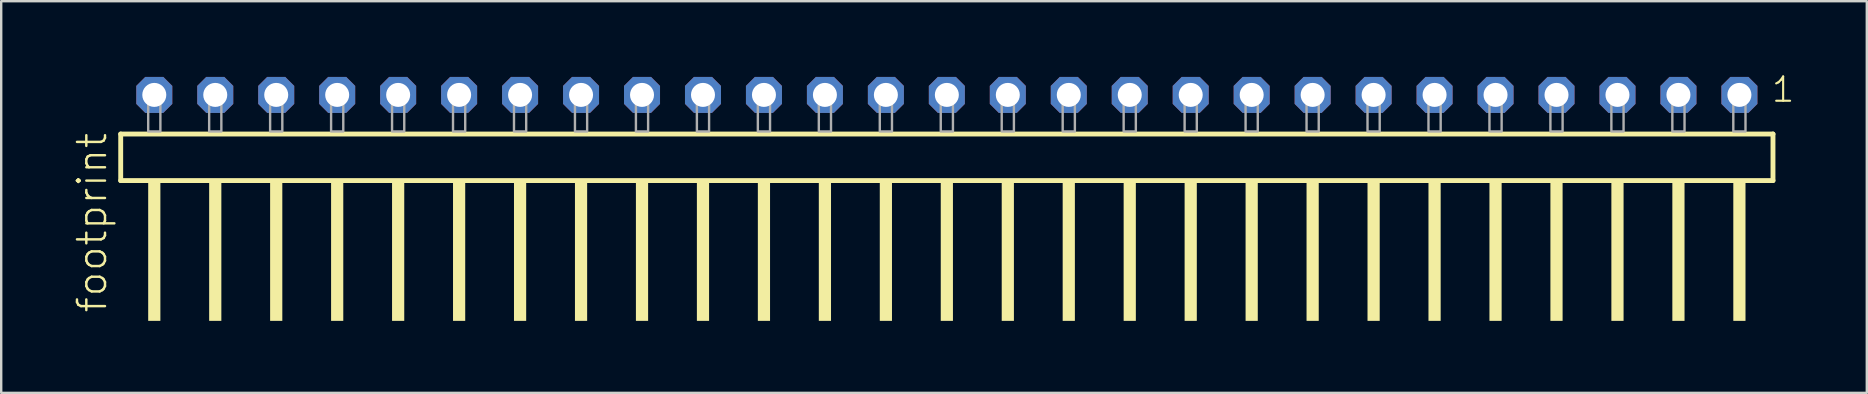
<source format=kicad_pcb>
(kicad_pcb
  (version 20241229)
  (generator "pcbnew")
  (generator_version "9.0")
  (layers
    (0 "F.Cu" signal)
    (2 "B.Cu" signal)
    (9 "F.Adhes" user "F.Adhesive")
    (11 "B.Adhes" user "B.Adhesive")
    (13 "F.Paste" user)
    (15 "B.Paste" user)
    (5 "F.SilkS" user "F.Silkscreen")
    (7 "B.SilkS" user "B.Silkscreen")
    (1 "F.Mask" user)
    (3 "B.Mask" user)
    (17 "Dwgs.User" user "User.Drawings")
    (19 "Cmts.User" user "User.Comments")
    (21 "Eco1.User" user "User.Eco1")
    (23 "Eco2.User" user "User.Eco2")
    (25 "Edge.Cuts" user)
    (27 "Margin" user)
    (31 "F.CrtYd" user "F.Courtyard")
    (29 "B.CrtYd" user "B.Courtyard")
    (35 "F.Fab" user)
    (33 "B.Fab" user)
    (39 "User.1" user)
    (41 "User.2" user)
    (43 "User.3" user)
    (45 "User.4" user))
  (footprint "footprint"
    (layer "F.Cu")
    (at 36.398 2.428)
    (property "Reference" "footprint" (at -34.925 7.62 90) (layer "F.SilkS") (effects (font (size 1.168 1.168) (thickness 0.102)) (justify left bottom)))
    (fp_line (start -34.419 0.106) (end -34.419 2.046) (stroke (width 0.203) (type solid)) (layer "F.SilkS"))
    (fp_line (start -34.419 2.046) (end 34.419 2.046) (stroke (width 0.203) (type solid)) (layer "F.SilkS"))
    (fp_line (start 34.419 0.106) (end -34.419 0.106) (stroke (width 0.203) (type solid)) (layer "F.SilkS"))
    (fp_line (start 34.419 2.046) (end 34.419 0.106) (stroke (width 0.203) (type solid)) (layer "F.SilkS"))
    (fp_poly (pts (xy -33.274 7.89) (xy -32.766 7.89) (xy -32.766 2.04) (xy -33.274 2.04)) (stroke (width 0) (type solid)) (fill yes) (layer "F.SilkS"))
    (fp_poly (pts (xy -30.734 7.89) (xy -30.226 7.89) (xy -30.226 2.04) (xy -30.734 2.04)) (stroke (width 0) (type solid)) (fill yes) (layer "F.SilkS"))
    (fp_poly (pts (xy -28.194 7.89) (xy -27.686 7.89) (xy -27.686 2.04) (xy -28.194 2.04)) (stroke (width 0) (type solid)) (fill yes) (layer "F.SilkS"))
    (fp_poly (pts (xy -25.654 7.89) (xy -25.146 7.89) (xy -25.146 2.04) (xy -25.654 2.04)) (stroke (width 0) (type solid)) (fill yes) (layer "F.SilkS"))
    (fp_poly (pts (xy -23.114 7.89) (xy -22.606 7.89) (xy -22.606 2.04) (xy -23.114 2.04)) (stroke (width 0) (type solid)) (fill yes) (layer "F.SilkS"))
    (fp_poly (pts (xy -20.574 7.89) (xy -20.066 7.89) (xy -20.066 2.04) (xy -20.574 2.04)) (stroke (width 0) (type solid)) (fill yes) (layer "F.SilkS"))
    (fp_poly (pts (xy -18.034 7.89) (xy -17.526 7.89) (xy -17.526 2.04) (xy -18.034 2.04)) (stroke (width 0) (type solid)) (fill yes) (layer "F.SilkS"))
    (fp_poly (pts (xy -15.494 7.89) (xy -14.986 7.89) (xy -14.986 2.04) (xy -15.494 2.04)) (stroke (width 0) (type solid)) (fill yes) (layer "F.SilkS"))
    (fp_poly (pts (xy -12.954 7.89) (xy -12.446 7.89) (xy -12.446 2.04) (xy -12.954 2.04)) (stroke (width 0) (type solid)) (fill yes) (layer "F.SilkS"))
    (fp_poly (pts (xy -10.414 7.89) (xy -9.906 7.89) (xy -9.906 2.04) (xy -10.414 2.04)) (stroke (width 0) (type solid)) (fill yes) (layer "F.SilkS"))
    (fp_poly (pts (xy -7.874 7.89) (xy -7.366 7.89) (xy -7.366 2.04) (xy -7.874 2.04)) (stroke (width 0) (type solid)) (fill yes) (layer "F.SilkS"))
    (fp_poly (pts (xy -5.334 7.89) (xy -4.826 7.89) (xy -4.826 2.04) (xy -5.334 2.04)) (stroke (width 0) (type solid)) (fill yes) (layer "F.SilkS"))
    (fp_poly (pts (xy -2.794 7.89) (xy -2.286 7.89) (xy -2.286 2.04) (xy -2.794 2.04)) (stroke (width 0) (type solid)) (fill yes) (layer "F.SilkS"))
    (fp_poly (pts (xy -0.254 7.89) (xy 0.254 7.89) (xy 0.254 2.04) (xy -0.254 2.04)) (stroke (width 0) (type solid)) (fill yes) (layer "F.SilkS"))
    (fp_poly (pts (xy 2.286 7.89) (xy 2.794 7.89) (xy 2.794 2.04) (xy 2.286 2.04)) (stroke (width 0) (type solid)) (fill yes) (layer "F.SilkS"))
    (fp_poly (pts (xy 4.826 7.89) (xy 5.334 7.89) (xy 5.334 2.04) (xy 4.826 2.04)) (stroke (width 0) (type solid)) (fill yes) (layer "F.SilkS"))
    (fp_poly (pts (xy 7.366 7.89) (xy 7.874 7.89) (xy 7.874 2.04) (xy 7.366 2.04)) (stroke (width 0) (type solid)) (fill yes) (layer "F.SilkS"))
    (fp_poly (pts (xy 9.906 7.89) (xy 10.414 7.89) (xy 10.414 2.04) (xy 9.906 2.04)) (stroke (width 0) (type solid)) (fill yes) (layer "F.SilkS"))
    (fp_poly (pts (xy 12.446 7.89) (xy 12.954 7.89) (xy 12.954 2.04) (xy 12.446 2.04)) (stroke (width 0) (type solid)) (fill yes) (layer "F.SilkS"))
    (fp_poly (pts (xy 14.986 7.89) (xy 15.494 7.89) (xy 15.494 2.04) (xy 14.986 2.04)) (stroke (width 0) (type solid)) (fill yes) (layer "F.SilkS"))
    (fp_poly (pts (xy 17.526 7.89) (xy 18.034 7.89) (xy 18.034 2.04) (xy 17.526 2.04)) (stroke (width 0) (type solid)) (fill yes) (layer "F.SilkS"))
    (fp_poly (pts (xy 20.066 7.89) (xy 20.574 7.89) (xy 20.574 2.04) (xy 20.066 2.04)) (stroke (width 0) (type solid)) (fill yes) (layer "F.SilkS"))
    (fp_poly (pts (xy 22.606 7.89) (xy 23.114 7.89) (xy 23.114 2.04) (xy 22.606 2.04)) (stroke (width 0) (type solid)) (fill yes) (layer "F.SilkS"))
    (fp_poly (pts (xy 25.146 7.89) (xy 25.654 7.89) (xy 25.654 2.04) (xy 25.146 2.04)) (stroke (width 0) (type solid)) (fill yes) (layer "F.SilkS"))
    (fp_poly (pts (xy 27.686 7.89) (xy 28.194 7.89) (xy 28.194 2.04) (xy 27.686 2.04)) (stroke (width 0) (type solid)) (fill yes) (layer "F.SilkS"))
    (fp_poly (pts (xy 30.226 7.89) (xy 30.734 7.89) (xy 30.734 2.04) (xy 30.226 2.04)) (stroke (width 0) (type solid)) (fill yes) (layer "F.SilkS"))
    (fp_poly (pts (xy 32.766 7.89) (xy 33.274 7.89) (xy 33.274 2.04) (xy 32.766 2.04)) (stroke (width 0) (type solid)) (fill yes) (layer "F.SilkS"))
    (fp_poly (pts (xy -33.274 0) (xy -32.766 0) (xy -32.766 -1.778) (xy -33.274 -1.778)) (stroke (width 0.1) (type solid)) (fill no) (layer "F.Fab"))
    (fp_poly (pts (xy -30.734 0) (xy -30.226 0) (xy -30.226 -1.778) (xy -30.734 -1.778)) (stroke (width 0.1) (type solid)) (fill no) (layer "F.Fab"))
    (fp_poly (pts (xy -28.194 0) (xy -27.686 0) (xy -27.686 -1.778) (xy -28.194 -1.778)) (stroke (width 0.1) (type solid)) (fill no) (layer "F.Fab"))
    (fp_poly (pts (xy -25.654 0) (xy -25.146 0) (xy -25.146 -1.778) (xy -25.654 -1.778)) (stroke (width 0.1) (type solid)) (fill no) (layer "F.Fab"))
    (fp_poly (pts (xy -23.114 0) (xy -22.606 0) (xy -22.606 -1.778) (xy -23.114 -1.778)) (stroke (width 0.1) (type solid)) (fill no) (layer "F.Fab"))
    (fp_poly (pts (xy -20.574 0) (xy -20.066 0) (xy -20.066 -1.778) (xy -20.574 -1.778)) (stroke (width 0.1) (type solid)) (fill no) (layer "F.Fab"))
    (fp_poly (pts (xy -18.034 0) (xy -17.526 0) (xy -17.526 -1.778) (xy -18.034 -1.778)) (stroke (width 0.1) (type solid)) (fill no) (layer "F.Fab"))
    (fp_poly (pts (xy -15.494 0) (xy -14.986 0) (xy -14.986 -1.778) (xy -15.494 -1.778)) (stroke (width 0.1) (type solid)) (fill no) (layer "F.Fab"))
    (fp_poly (pts (xy -12.954 0) (xy -12.446 0) (xy -12.446 -1.778) (xy -12.954 -1.778)) (stroke (width 0.1) (type solid)) (fill no) (layer "F.Fab"))
    (fp_poly (pts (xy -10.414 0) (xy -9.906 0) (xy -9.906 -1.778) (xy -10.414 -1.778)) (stroke (width 0.1) (type solid)) (fill no) (layer "F.Fab"))
    (fp_poly (pts (xy -7.874 0) (xy -7.366 0) (xy -7.366 -1.778) (xy -7.874 -1.778)) (stroke (width 0.1) (type solid)) (fill no) (layer "F.Fab"))
    (fp_poly (pts (xy -5.334 0) (xy -4.826 0) (xy -4.826 -1.778) (xy -5.334 -1.778)) (stroke (width 0.1) (type solid)) (fill no) (layer "F.Fab"))
    (fp_poly (pts (xy -2.794 0) (xy -2.286 0) (xy -2.286 -1.778) (xy -2.794 -1.778)) (stroke (width 0.1) (type solid)) (fill no) (layer "F.Fab"))
    (fp_poly (pts (xy -0.254 0) (xy 0.254 0) (xy 0.254 -1.778) (xy -0.254 -1.778)) (stroke (width 0.1) (type solid)) (fill no) (layer "F.Fab"))
    (fp_poly (pts (xy 2.286 0) (xy 2.794 0) (xy 2.794 -1.778) (xy 2.286 -1.778)) (stroke (width 0.1) (type solid)) (fill no) (layer "F.Fab"))
    (fp_poly (pts (xy 4.826 0) (xy 5.334 0) (xy 5.334 -1.778) (xy 4.826 -1.778)) (stroke (width 0.1) (type solid)) (fill no) (layer "F.Fab"))
    (fp_poly (pts (xy 7.366 0) (xy 7.874 0) (xy 7.874 -1.778) (xy 7.366 -1.778)) (stroke (width 0.1) (type solid)) (fill no) (layer "F.Fab"))
    (fp_poly (pts (xy 9.906 0) (xy 10.414 0) (xy 10.414 -1.778) (xy 9.906 -1.778)) (stroke (width 0.1) (type solid)) (fill no) (layer "F.Fab"))
    (fp_poly (pts (xy 12.446 0) (xy 12.954 0) (xy 12.954 -1.778) (xy 12.446 -1.778)) (stroke (width 0.1) (type solid)) (fill no) (layer "F.Fab"))
    (fp_poly (pts (xy 14.986 0) (xy 15.494 0) (xy 15.494 -1.778) (xy 14.986 -1.778)) (stroke (width 0.1) (type solid)) (fill no) (layer "F.Fab"))
    (fp_poly (pts (xy 17.526 0) (xy 18.034 0) (xy 18.034 -1.778) (xy 17.526 -1.778)) (stroke (width 0.1) (type solid)) (fill no) (layer "F.Fab"))
    (fp_poly (pts (xy 20.066 0) (xy 20.574 0) (xy 20.574 -1.778) (xy 20.066 -1.778)) (stroke (width 0.1) (type solid)) (fill no) (layer "F.Fab"))
    (fp_poly (pts (xy 22.606 0) (xy 23.114 0) (xy 23.114 -1.778) (xy 22.606 -1.778)) (stroke (width 0.1) (type solid)) (fill no) (layer "F.Fab"))
    (fp_poly (pts (xy 25.146 0) (xy 25.654 0) (xy 25.654 -1.778) (xy 25.146 -1.778)) (stroke (width 0.1) (type solid)) (fill no) (layer "F.Fab"))
    (fp_poly (pts (xy 27.686 0) (xy 28.194 0) (xy 28.194 -1.778) (xy 27.686 -1.778)) (stroke (width 0.1) (type solid)) (fill no) (layer "F.Fab"))
    (fp_poly (pts (xy 30.226 0) (xy 30.734 0) (xy 30.734 -1.778) (xy 30.226 -1.778)) (stroke (width 0.1) (type solid)) (fill no) (layer "F.Fab"))
    (fp_poly (pts (xy 32.766 0) (xy 33.274 0) (xy 33.274 -1.778) (xy 32.766 -1.778)) (stroke (width 0.1) (type solid)) (fill no) (layer "F.Fab"))
    (fp_text user "1" (at 34.302 -1.152 0) (layer "F.SilkS") (effects (font (size 1.012 1.012) (thickness 0.088)) (justify left bottom)))
    (pad "1" thru_hole roundrect (at 33.02 -1.524 180) (size 1.5 1.5) (drill 1) (layers "*.Cu" "*.Mask") (roundrect_rratio 0.25) (chamfer_ratio 0.25) (chamfer top_left top_right bottom_left bottom_right))
    (pad "2" thru_hole roundrect (at 30.48 -1.524 180) (size 1.5 1.5) (drill 1) (layers "*.Cu" "*.Mask") (roundrect_rratio 0.25) (chamfer_ratio 0.25) (chamfer top_left top_right bottom_left bottom_right))
    (pad "3" thru_hole roundrect (at 27.94 -1.524 180) (size 1.5 1.5) (drill 1) (layers "*.Cu" "*.Mask") (roundrect_rratio 0.25) (chamfer_ratio 0.25) (chamfer top_left top_right bottom_left bottom_right))
    (pad "4" thru_hole roundrect (at 25.4 -1.524 180) (size 1.5 1.5) (drill 1) (layers "*.Cu" "*.Mask") (roundrect_rratio 0.25) (chamfer_ratio 0.25) (chamfer top_left top_right bottom_left bottom_right))
    (pad "5" thru_hole roundrect (at 22.86 -1.524 180) (size 1.5 1.5) (drill 1) (layers "*.Cu" "*.Mask") (roundrect_rratio 0.25) (chamfer_ratio 0.25) (chamfer top_left top_right bottom_left bottom_right))
    (pad "6" thru_hole roundrect (at 20.32 -1.524 180) (size 1.5 1.5) (drill 1) (layers "*.Cu" "*.Mask") (roundrect_rratio 0.25) (chamfer_ratio 0.25) (chamfer top_left top_right bottom_left bottom_right))
    (pad "7" thru_hole roundrect (at 17.78 -1.524 180) (size 1.5 1.5) (drill 1) (layers "*.Cu" "*.Mask") (roundrect_rratio 0.25) (chamfer_ratio 0.25) (chamfer top_left top_right bottom_left bottom_right))
    (pad "8" thru_hole roundrect (at 15.24 -1.524 180) (size 1.5 1.5) (drill 1) (layers "*.Cu" "*.Mask") (roundrect_rratio 0.25) (chamfer_ratio 0.25) (chamfer top_left top_right bottom_left bottom_right))
    (pad "9" thru_hole roundrect (at 12.7 -1.524 180) (size 1.5 1.5) (drill 1) (layers "*.Cu" "*.Mask") (roundrect_rratio 0.25) (chamfer_ratio 0.25) (chamfer top_left top_right bottom_left bottom_right))
    (pad "10" thru_hole roundrect (at 10.16 -1.524 180) (size 1.5 1.5) (drill 1) (layers "*.Cu" "*.Mask") (roundrect_rratio 0.25) (chamfer_ratio 0.25) (chamfer top_left top_right bottom_left bottom_right))
    (pad "11" thru_hole roundrect (at 7.62 -1.524 180) (size 1.5 1.5) (drill 1) (layers "*.Cu" "*.Mask") (roundrect_rratio 0.25) (chamfer_ratio 0.25) (chamfer top_left top_right bottom_left bottom_right))
    (pad "12" thru_hole roundrect (at 5.08 -1.524 180) (size 1.5 1.5) (drill 1) (layers "*.Cu" "*.Mask") (roundrect_rratio 0.25) (chamfer_ratio 0.25) (chamfer top_left top_right bottom_left bottom_right))
    (pad "13" thru_hole roundrect (at 2.54 -1.524 180) (size 1.5 1.5) (drill 1) (layers "*.Cu" "*.Mask") (roundrect_rratio 0.25) (chamfer_ratio 0.25) (chamfer top_left top_right bottom_left bottom_right))
    (pad "14" thru_hole roundrect (at 0 -1.524 180) (size 1.5 1.5) (drill 1) (layers "*.Cu" "*.Mask") (roundrect_rratio 0.25) (chamfer_ratio 0.25) (chamfer top_left top_right bottom_left bottom_right))
    (pad "15" thru_hole roundrect (at -2.54 -1.524 180) (size 1.5 1.5) (drill 1) (layers "*.Cu" "*.Mask") (roundrect_rratio 0.25) (chamfer_ratio 0.25) (chamfer top_left top_right bottom_left bottom_right))
    (pad "16" thru_hole roundrect (at -5.08 -1.524 180) (size 1.5 1.5) (drill 1) (layers "*.Cu" "*.Mask") (roundrect_rratio 0.25) (chamfer_ratio 0.25) (chamfer top_left top_right bottom_left bottom_right))
    (pad "17" thru_hole roundrect (at -7.62 -1.524 180) (size 1.5 1.5) (drill 1) (layers "*.Cu" "*.Mask") (roundrect_rratio 0.25) (chamfer_ratio 0.25) (chamfer top_left top_right bottom_left bottom_right))
    (pad "18" thru_hole roundrect (at -10.16 -1.524 180) (size 1.5 1.5) (drill 1) (layers "*.Cu" "*.Mask") (roundrect_rratio 0.25) (chamfer_ratio 0.25) (chamfer top_left top_right bottom_left bottom_right))
    (pad "19" thru_hole roundrect (at -12.7 -1.524 180) (size 1.5 1.5) (drill 1) (layers "*.Cu" "*.Mask") (roundrect_rratio 0.25) (chamfer_ratio 0.25) (chamfer top_left top_right bottom_left bottom_right))
    (pad "20" thru_hole roundrect (at -15.24 -1.524 180) (size 1.5 1.5) (drill 1) (layers "*.Cu" "*.Mask") (roundrect_rratio 0.25) (chamfer_ratio 0.25) (chamfer top_left top_right bottom_left bottom_right))
    (pad "21" thru_hole roundrect (at -17.78 -1.524 180) (size 1.5 1.5) (drill 1) (layers "*.Cu" "*.Mask") (roundrect_rratio 0.25) (chamfer_ratio 0.25) (chamfer top_left top_right bottom_left bottom_right))
    (pad "22" thru_hole roundrect (at -20.32 -1.524 180) (size 1.5 1.5) (drill 1) (layers "*.Cu" "*.Mask") (roundrect_rratio 0.25) (chamfer_ratio 0.25) (chamfer top_left top_right bottom_left bottom_right))
    (pad "23" thru_hole roundrect (at -22.86 -1.524 180) (size 1.5 1.5) (drill 1) (layers "*.Cu" "*.Mask") (roundrect_rratio 0.25) (chamfer_ratio 0.25) (chamfer top_left top_right bottom_left bottom_right))
    (pad "24" thru_hole roundrect (at -25.4 -1.524 180) (size 1.5 1.5) (drill 1) (layers "*.Cu" "*.Mask") (roundrect_rratio 0.25) (chamfer_ratio 0.25) (chamfer top_left top_right bottom_left bottom_right))
    (pad "25" thru_hole roundrect (at -27.94 -1.524 180) (size 1.5 1.5) (drill 1) (layers "*.Cu" "*.Mask") (roundrect_rratio 0.25) (chamfer_ratio 0.25) (chamfer top_left top_right bottom_left bottom_right))
    (pad "26" thru_hole roundrect (at -30.48 -1.524 180) (size 1.5 1.5) (drill 1) (layers "*.Cu" "*.Mask") (roundrect_rratio 0.25) (chamfer_ratio 0.25) (chamfer top_left top_right bottom_left bottom_right))
    (pad "27" thru_hole roundrect (at -33.02 -1.524 180) (size 1.5 1.5) (drill 1) (layers "*.Cu" "*.Mask") (roundrect_rratio 0.25) (chamfer_ratio 0.25) (chamfer top_left top_right bottom_left bottom_right)))
  (gr_rect
    (start -3 -3)
    (end 74.726 13.318)
    (stroke (width 0.1) (type default))
    (fill no)
    (layer "Edge.Cuts")))
</source>
